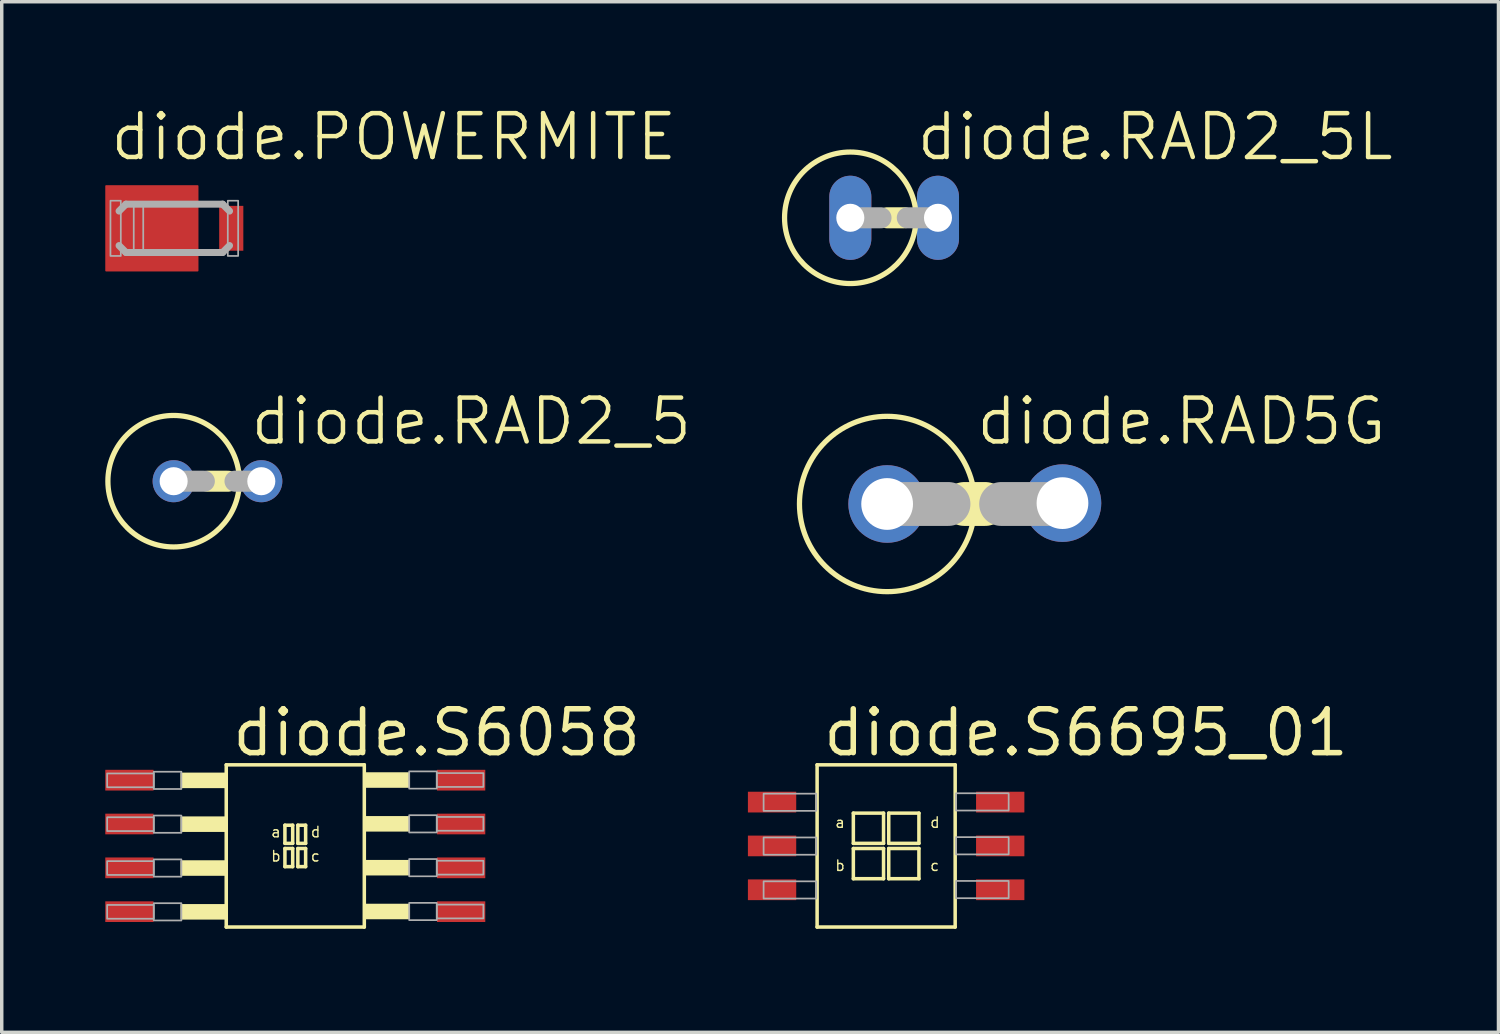
<source format=kicad_pcb>
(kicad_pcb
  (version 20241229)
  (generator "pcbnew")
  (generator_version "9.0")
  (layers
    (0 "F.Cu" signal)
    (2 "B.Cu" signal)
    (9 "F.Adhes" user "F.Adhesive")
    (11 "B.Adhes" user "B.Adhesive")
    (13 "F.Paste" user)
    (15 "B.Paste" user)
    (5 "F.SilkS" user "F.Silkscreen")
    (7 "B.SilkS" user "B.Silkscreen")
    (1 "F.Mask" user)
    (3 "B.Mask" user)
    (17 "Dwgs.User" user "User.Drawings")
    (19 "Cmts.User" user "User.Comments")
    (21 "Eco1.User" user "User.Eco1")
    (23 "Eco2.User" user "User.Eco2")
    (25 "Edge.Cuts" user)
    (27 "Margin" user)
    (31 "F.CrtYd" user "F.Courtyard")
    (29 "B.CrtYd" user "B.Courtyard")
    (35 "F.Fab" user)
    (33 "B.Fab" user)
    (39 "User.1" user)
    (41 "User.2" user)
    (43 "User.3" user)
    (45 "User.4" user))
  (footprint "diode.RAD2_5L"
    (layer "F.Cu")
    (at 22.856 3.26)
    (property "Reference" "diode.RAD2_5L" (at 0.584 -1.6 0) (layer "F.SilkS") (effects (font (size 1.27 1.27) (thickness 0.13)) (justify left bottom)))
    (attr through_hole)
    (fp_line (start 0.305 0) (end -0.203 0) (stroke (width 0.61) (type default)) (layer "F.SilkS"))
    (fp_circle (center -1.27 0) (end 0.635 0) (stroke (width 0.152) (type default)) (fill no) (layer "F.SilkS"))
    (fp_line (start -1.27 0) (end -0.381 0) (stroke (width 0.61) (type default)) (layer "F.Fab"))
    (fp_line (start 1.27 0) (end 0.381 0) (stroke (width 0.61) (type default)) (layer "F.Fab"))
    (pad "A" thru_hole oval (at 1.27 0 90) (size 2.438 1.219) (drill 0.813) (layers "*.Cu" "*.Mask"))
    (pad "C" thru_hole oval (at -1.27 0 90) (size 2.438 1.219) (drill 0.813) (layers "*.Cu" "*.Mask")))
  (footprint "diode.RAD5G"
    (layer "F.Cu")
    (at 25.193 11.552)
    (property "Reference" "diode.RAD5G" (at -0.025 -1.651 0) (layer "F.SilkS") (effects (font (size 1.27 1.27) (thickness 0.13)) (justify left bottom)))
    (attr through_hole)
    (fp_line (start 0.305 0) (end -0.305 0) (stroke (width 1.27) (type default)) (layer "F.SilkS"))
    (fp_circle (center -2.54 0) (end 0 0) (stroke (width 0.152) (type default)) (fill no) (layer "F.SilkS"))
    (fp_line (start -2.54 0) (end -0.762 0) (stroke (width 1.27) (type default)) (layer "F.Fab"))
    (fp_line (start 2.54 0) (end 0.762 0) (stroke (width 1.27) (type default)) (layer "F.Fab"))
    (pad "A" thru_hole circle (at 2.54 -0.025) (size 2.248 2.248) (drill 1.499) (layers "*.Cu" "*.Mask"))
    (pad "C" thru_hole circle (at -2.54 0) (size 2.248 2.248) (drill 1.499) (layers "*.Cu" "*.Mask")))
  (footprint "diode.RAD2_5"
    (layer "F.Cu")
    (at 3.251 10.892)
    (property "Reference" "diode.RAD2_5" (at 0.889 -0.991 0) (layer "F.SilkS") (effects (font (size 1.27 1.27) (thickness 0.13)) (justify left bottom)))
    (attr through_hole)
    (fp_line (start 0.305 0) (end -0.279 0) (stroke (width 0.61) (type default)) (layer "F.SilkS"))
    (fp_circle (center -1.27 0) (end 0.635 0) (stroke (width 0.152) (type default)) (fill no) (layer "F.SilkS"))
    (fp_line (start -1.27 0) (end -0.381 0) (stroke (width 0.61) (type default)) (layer "F.Fab"))
    (fp_line (start 1.27 0) (end 0.508 0) (stroke (width 0.61) (type default)) (layer "F.Fab"))
    (pad "A" thru_hole circle (at 1.27 0) (size 1.219 1.219) (drill 0.813) (layers "*.Cu" "*.Mask"))
    (pad "C" thru_hole circle (at -1.27 0) (size 1.219 1.219) (drill 0.813) (layers "*.Cu" "*.Mask")))
  (footprint "diode.S6695_01"
    (layer "F.Cu")
    (at 22.624 21.459)
    (property "Reference" "diode.S6695_01" (at -1.905 -2.54 0) (layer "F.SilkS") (effects (font (size 1.27 1.27) (thickness 0.16)) (justify left bottom)))
    (attr smd)
    (fp_line (start -2 -2.35) (end 2 -2.35) (stroke (width 0.102) (type default)) (layer "F.SilkS"))
    (fp_line (start -2 2.35) (end -2 -2.35) (stroke (width 0.102) (type default)) (layer "F.SilkS"))
    (fp_line (start -0.95 -0.95) (end -0.075 -0.95) (stroke (width 0.102) (type default)) (layer "F.SilkS"))
    (fp_line (start -0.95 -0.075) (end -0.95 -0.95) (stroke (width 0.102) (type default)) (layer "F.SilkS"))
    (fp_line (start -0.95 0.075) (end -0.075 0.075) (stroke (width 0.102) (type default)) (layer "F.SilkS"))
    (fp_line (start -0.95 0.95) (end -0.95 0.075) (stroke (width 0.102) (type default)) (layer "F.SilkS"))
    (fp_line (start -0.075 -0.95) (end -0.075 -0.075) (stroke (width 0.102) (type default)) (layer "F.SilkS"))
    (fp_line (start -0.075 -0.075) (end -0.95 -0.075) (stroke (width 0.102) (type default)) (layer "F.SilkS"))
    (fp_line (start -0.075 0.075) (end -0.075 0.95) (stroke (width 0.102) (type default)) (layer "F.SilkS"))
    (fp_line (start -0.075 0.95) (end -0.95 0.95) (stroke (width 0.102) (type default)) (layer "F.SilkS"))
    (fp_line (start 0.075 -0.95) (end 0.95 -0.95) (stroke (width 0.102) (type default)) (layer "F.SilkS"))
    (fp_line (start 0.075 -0.075) (end 0.075 -0.95) (stroke (width 0.102) (type default)) (layer "F.SilkS"))
    (fp_line (start 0.075 0.075) (end 0.95 0.075) (stroke (width 0.102) (type default)) (layer "F.SilkS"))
    (fp_line (start 0.075 0.95) (end 0.075 0.075) (stroke (width 0.102) (type default)) (layer "F.SilkS"))
    (fp_line (start 0.95 -0.95) (end 0.95 -0.075) (stroke (width 0.102) (type default)) (layer "F.SilkS"))
    (fp_line (start 0.95 -0.075) (end 0.075 -0.075) (stroke (width 0.102) (type default)) (layer "F.SilkS"))
    (fp_line (start 0.95 0.075) (end 0.95 0.95) (stroke (width 0.102) (type default)) (layer "F.SilkS"))
    (fp_line (start 0.95 0.95) (end 0.075 0.95) (stroke (width 0.102) (type default)) (layer "F.SilkS"))
    (fp_line (start 2 -2.35) (end 2 2.35) (stroke (width 0.102) (type default)) (layer "F.SilkS"))
    (fp_line (start 2 2.35) (end -2 2.35) (stroke (width 0.102) (type default)) (layer "F.SilkS"))
    (fp_rect (start -3.55 -1.015) (end -2.025 -1.515) (stroke (width 0.05) (type default)) (fill no) (layer "F.Fab"))
    (fp_rect (start -3.55 0.255) (end -2.025 -0.245) (stroke (width 0.05) (type default)) (fill no) (layer "F.Fab"))
    (fp_rect (start -3.55 1.525) (end -2.025 1.025) (stroke (width 0.05) (type default)) (fill no) (layer "F.Fab"))
    (fp_rect (start 2.025 -1.025) (end 3.55 -1.525) (stroke (width 0.05) (type default)) (fill no) (layer "F.Fab"))
    (fp_rect (start 2.025 0.245) (end 3.55 -0.255) (stroke (width 0.05) (type default)) (fill no) (layer "F.Fab"))
    (fp_rect (start 2.025 1.515) (end 3.55 1.015) (stroke (width 0.05) (type default)) (fill no) (layer "F.Fab"))
    (fp_text user "c" (at 1.25 0.75 0) (layer "F.SilkS") (effects (font (size 0.305 0.305) (thickness 0.04)) (justify left bottom)))
    (fp_text user "d" (at 1.25 -0.5 0) (layer "F.SilkS") (effects (font (size 0.305 0.305) (thickness 0.04)) (justify left bottom)))
    (fp_text user "a" (at -1.5 -0.5 0) (layer "F.SilkS") (effects (font (size 0.305 0.305) (thickness 0.04)) (justify left bottom)))
    (fp_text user "b" (at -1.5 0.75 0) (layer "F.SilkS") (effects (font (size 0.305 0.305) (thickness 0.04)) (justify left bottom)))
    (pad "1" smd roundrect (at -3.305 -1.27) (size 1.4 0.6) (layers "F.Cu" "F.Mask" "F.Paste") (roundrect_rratio 0.01))
    (pad "2" smd roundrect (at -3.305 0) (size 1.4 0.6) (layers "F.Cu" "F.Mask" "F.Paste") (roundrect_rratio 0.01))
    (pad "3" smd roundrect (at -3.305 1.27) (size 1.4 0.6) (layers "F.Cu" "F.Mask" "F.Paste") (roundrect_rratio 0.01))
    (pad "4" smd roundrect (at 3.305 1.27) (size 1.4 0.6) (layers "F.Cu" "F.Mask" "F.Paste") (roundrect_rratio 0.01))
    (pad "5" smd roundrect (at 3.305 0) (size 1.4 0.6) (layers "F.Cu" "F.Mask" "F.Paste") (roundrect_rratio 0.01))
    (pad "6" smd roundrect (at 3.305 -1.27) (size 1.4 0.6) (layers "F.Cu" "F.Mask" "F.Paste") (roundrect_rratio 0.01)))
  (footprint "diode.POWERMITE"
    (layer "F.Cu")
    (at 1.985 3.565)
    (property "Reference" "diode.POWERMITE" (at -1.905 -1.905 0) (layer "F.SilkS") (effects (font (size 1.27 1.27) (thickness 0.13)) (justify left bottom)))
    (attr smd)
    (fp_line (start -1.385 -0.7) (end -1.585 -0.5) (stroke (width 0.203) (type default)) (layer "F.Fab"))
    (fp_line (start -1.385 -0.7) (end 1.415 -0.7) (stroke (width 0.203) (type default)) (layer "F.Fab"))
    (fp_line (start -1.385 0.7) (end -1.585 0.5) (stroke (width 0.203) (type default)) (layer "F.Fab"))
    (fp_line (start 1.415 -0.7) (end 1.615 -0.5) (stroke (width 0.203) (type default)) (layer "F.Fab"))
    (fp_line (start 1.415 0.7) (end -1.385 0.7) (stroke (width 0.203) (type default)) (layer "F.Fab"))
    (fp_line (start 1.415 0.7) (end 1.615 0.5) (stroke (width 0.203) (type default)) (layer "F.Fab"))
    (fp_rect (start -1.835 0.8) (end -1.535 -0.8) (stroke (width 0.05) (type default)) (fill no) (layer "F.Fab"))
    (fp_rect (start -1.16 0.65) (end -0.885 -0.65) (stroke (width 0.05) (type default)) (fill no) (layer "F.Fab"))
    (fp_rect (start 1.565 0.8) (end 1.865 -0.8) (stroke (width 0.05) (type default)) (fill no) (layer "F.Fab"))
    (pad "1" smd roundrect (at -0.635 0) (size 2.7 2.5) (layers "F.Cu" "F.Mask" "F.Paste") (roundrect_rratio 0.01))
    (pad "2" smd roundrect (at 1.665 0) (size 0.7 1.3) (layers "F.Cu" "F.Mask" "F.Paste") (roundrect_rratio 0.01)))
  (footprint "diode.S6058"
    (layer "F.Cu")
    (at 5.505 21.459)
    (property "Reference" "diode.S6058" (at -1.905 -2.54 0) (layer "F.SilkS") (effects (font (size 1.27 1.27) (thickness 0.16)) (justify left bottom)))
    (attr smd)
    (fp_line (start -2 -2.35) (end 2 -2.35) (stroke (width 0.102) (type default)) (layer "F.SilkS"))
    (fp_line (start -2 2.35) (end -2 -2.35) (stroke (width 0.102) (type default)) (layer "F.SilkS"))
    (fp_line (start -0.3 -0.6) (end -0.075 -0.6) (stroke (width 0.102) (type default)) (layer "F.SilkS"))
    (fp_line (start -0.3 -0.075) (end -0.3 -0.6) (stroke (width 0.102) (type default)) (layer "F.SilkS"))
    (fp_line (start -0.3 0.075) (end -0.075 0.075) (stroke (width 0.102) (type default)) (layer "F.SilkS"))
    (fp_line (start -0.3 0.6) (end -0.3 0.075) (stroke (width 0.102) (type default)) (layer "F.SilkS"))
    (fp_line (start -0.075 -0.6) (end -0.075 -0.075) (stroke (width 0.102) (type default)) (layer "F.SilkS"))
    (fp_line (start -0.075 -0.075) (end -0.3 -0.075) (stroke (width 0.102) (type default)) (layer "F.SilkS"))
    (fp_line (start -0.075 0.075) (end -0.075 0.6) (stroke (width 0.102) (type default)) (layer "F.SilkS"))
    (fp_line (start -0.075 0.6) (end -0.3 0.6) (stroke (width 0.102) (type default)) (layer "F.SilkS"))
    (fp_line (start 0.075 -0.6) (end 0.3 -0.6) (stroke (width 0.102) (type default)) (layer "F.SilkS"))
    (fp_line (start 0.075 -0.075) (end 0.075 -0.6) (stroke (width 0.102) (type default)) (layer "F.SilkS"))
    (fp_line (start 0.075 0.075) (end 0.3 0.075) (stroke (width 0.102) (type default)) (layer "F.SilkS"))
    (fp_line (start 0.075 0.6) (end 0.075 0.075) (stroke (width 0.102) (type default)) (layer "F.SilkS"))
    (fp_line (start 0.3 -0.6) (end 0.3 -0.075) (stroke (width 0.102) (type default)) (layer "F.SilkS"))
    (fp_line (start 0.3 -0.075) (end 0.075 -0.075) (stroke (width 0.102) (type default)) (layer "F.SilkS"))
    (fp_line (start 0.3 0.075) (end 0.3 0.6) (stroke (width 0.102) (type default)) (layer "F.SilkS"))
    (fp_line (start 0.3 0.6) (end 0.075 0.6) (stroke (width 0.102) (type default)) (layer "F.SilkS"))
    (fp_line (start 2 -2.35) (end 2 2.35) (stroke (width 0.102) (type default)) (layer "F.SilkS"))
    (fp_line (start 2 2.35) (end -2 2.35) (stroke (width 0.102) (type default)) (layer "F.SilkS"))
    (fp_rect (start -3.3 -1.7) (end -2 -2.1) (stroke (width 0.05) (type default)) (fill yes) (layer "F.SilkS"))
    (fp_rect (start -3.3 -0.43) (end -2 -0.83) (stroke (width 0.05) (type default)) (fill yes) (layer "F.SilkS"))
    (fp_rect (start -3.3 0.84) (end -2 0.44) (stroke (width 0.05) (type default)) (fill yes) (layer "F.SilkS"))
    (fp_rect (start -3.3 2.11) (end -2 1.71) (stroke (width 0.05) (type default)) (fill yes) (layer "F.SilkS"))
    (fp_rect (start 2 -1.71) (end 3.3 -2.11) (stroke (width 0.05) (type default)) (fill yes) (layer "F.SilkS"))
    (fp_rect (start 2 -0.44) (end 3.3 -0.84) (stroke (width 0.05) (type default)) (fill yes) (layer "F.SilkS"))
    (fp_rect (start 2 0.83) (end 3.3 0.43) (stroke (width 0.05) (type default)) (fill yes) (layer "F.SilkS"))
    (fp_rect (start 2 2.1) (end 3.3 1.7) (stroke (width 0.05) (type default)) (fill yes) (layer "F.SilkS"))
    (fp_rect (start -5.45 -1.7) (end -4.1 -2.1) (stroke (width 0.05) (type default)) (fill no) (layer "F.Fab"))
    (fp_rect (start -5.45 -0.43) (end -4.1 -0.83) (stroke (width 0.05) (type default)) (fill no) (layer "F.Fab"))
    (fp_rect (start -5.45 0.84) (end -4.1 0.44) (stroke (width 0.05) (type default)) (fill no) (layer "F.Fab"))
    (fp_rect (start -5.45 2.11) (end -4.1 1.71) (stroke (width 0.05) (type default)) (fill no) (layer "F.Fab"))
    (fp_rect (start -4.1 -1.65) (end -3.3 -2.15) (stroke (width 0.05) (type default)) (fill no) (layer "F.Fab"))
    (fp_rect (start -4.1 -0.38) (end -3.3 -0.88) (stroke (width 0.05) (type default)) (fill no) (layer "F.Fab"))
    (fp_rect (start -4.1 0.89) (end -3.3 0.39) (stroke (width 0.05) (type default)) (fill no) (layer "F.Fab"))
    (fp_rect (start -4.1 2.16) (end -3.3 1.66) (stroke (width 0.05) (type default)) (fill no) (layer "F.Fab"))
    (fp_rect (start 3.3 -1.66) (end 4.1 -2.16) (stroke (width 0.05) (type default)) (fill no) (layer "F.Fab"))
    (fp_rect (start 3.3 -0.39) (end 4.1 -0.89) (stroke (width 0.05) (type default)) (fill no) (layer "F.Fab"))
    (fp_rect (start 3.3 0.88) (end 4.1 0.38) (stroke (width 0.05) (type default)) (fill no) (layer "F.Fab"))
    (fp_rect (start 3.3 2.15) (end 4.1 1.65) (stroke (width 0.05) (type default)) (fill no) (layer "F.Fab"))
    (fp_rect (start 4.1 -1.71) (end 5.45 -2.11) (stroke (width 0.05) (type default)) (fill no) (layer "F.Fab"))
    (fp_rect (start 4.1 -0.44) (end 5.45 -0.84) (stroke (width 0.05) (type default)) (fill no) (layer "F.Fab"))
    (fp_rect (start 4.1 0.83) (end 5.45 0.43) (stroke (width 0.05) (type default)) (fill no) (layer "F.Fab"))
    (fp_rect (start 4.1 2.1) (end 5.45 1.7) (stroke (width 0.05) (type default)) (fill no) (layer "F.Fab"))
    (fp_text user "b" (at -0.725 0.475 0) (layer "F.SilkS") (effects (font (size 0.305 0.305) (thickness 0.04)) (justify left bottom)))
    (fp_text user "a" (at -0.725 -0.225 0) (layer "F.SilkS") (effects (font (size 0.305 0.305) (thickness 0.04)) (justify left bottom)))
    (fp_text user "d" (at 0.425 -0.225 0) (layer "F.SilkS") (effects (font (size 0.305 0.305) (thickness 0.04)) (justify left bottom)))
    (fp_text user "c" (at 0.425 0.475 0) (layer "F.SilkS") (effects (font (size 0.305 0.305) (thickness 0.04)) (justify left bottom)))
    (pad "1" smd roundrect (at -4.805 -1.905) (size 1.4 0.6) (layers "F.Cu" "F.Mask" "F.Paste") (roundrect_rratio 0.01))
    (pad "2" smd roundrect (at -4.805 -0.635) (size 1.4 0.6) (layers "F.Cu" "F.Mask" "F.Paste") (roundrect_rratio 0.01))
    (pad "3" smd roundrect (at -4.805 0.635) (size 1.4 0.6) (layers "F.Cu" "F.Mask" "F.Paste") (roundrect_rratio 0.01))
    (pad "4" smd roundrect (at -4.805 1.905) (size 1.4 0.6) (layers "F.Cu" "F.Mask" "F.Paste") (roundrect_rratio 0.01))
    (pad "5" smd roundrect (at 4.805 1.905 180) (size 1.4 0.6) (layers "F.Cu" "F.Mask" "F.Paste") (roundrect_rratio 0.01))
    (pad "6" smd roundrect (at 4.805 0.635 180) (size 1.4 0.6) (layers "F.Cu" "F.Mask" "F.Paste") (roundrect_rratio 0.01))
    (pad "7" smd roundrect (at 4.805 -0.635 180) (size 1.4 0.6) (layers "F.Cu" "F.Mask" "F.Paste") (roundrect_rratio 0.01))
    (pad "8" smd roundrect (at 4.805 -1.905 180) (size 1.4 0.6) (layers "F.Cu" "F.Mask" "F.Paste") (roundrect_rratio 0.01)))
  (gr_rect
    (start -3 -3)
    (end 40.365 26.859)
    (stroke (width 0.1) (type default))
    (fill no)
    (layer "Edge.Cuts")))
</source>
